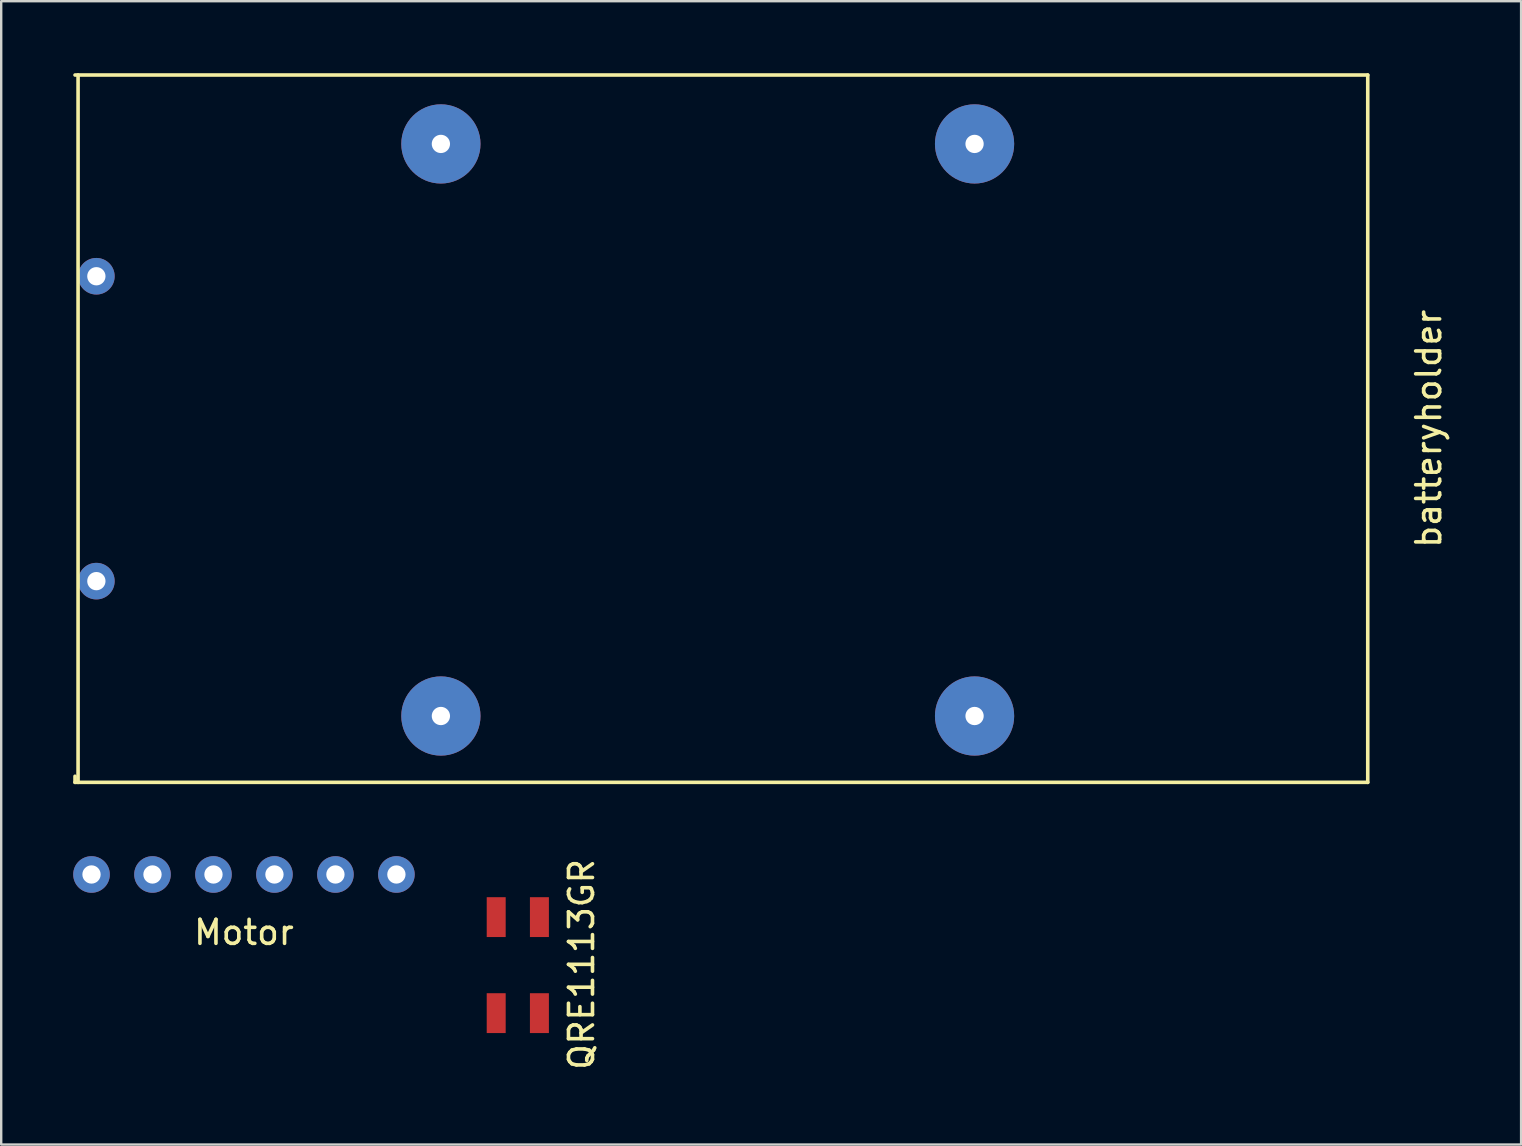
<source format=kicad_pcb>
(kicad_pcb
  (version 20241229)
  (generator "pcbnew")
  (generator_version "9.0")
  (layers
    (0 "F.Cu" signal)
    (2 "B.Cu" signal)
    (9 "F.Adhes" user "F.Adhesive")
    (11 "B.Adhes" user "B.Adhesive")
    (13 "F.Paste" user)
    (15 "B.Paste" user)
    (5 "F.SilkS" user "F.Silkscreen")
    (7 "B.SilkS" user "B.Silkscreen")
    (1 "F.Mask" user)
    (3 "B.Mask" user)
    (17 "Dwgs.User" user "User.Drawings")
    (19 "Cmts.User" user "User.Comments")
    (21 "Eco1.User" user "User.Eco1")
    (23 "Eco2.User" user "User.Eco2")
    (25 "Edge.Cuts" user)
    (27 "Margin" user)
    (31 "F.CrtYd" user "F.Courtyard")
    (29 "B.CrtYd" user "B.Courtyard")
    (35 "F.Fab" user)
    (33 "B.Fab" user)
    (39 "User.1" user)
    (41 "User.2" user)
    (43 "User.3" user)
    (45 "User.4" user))
  (footprint "batteryholder"
    (layer "F.Cu")
    (at 16.839 14.807)
    (property "Reference" "batteryholder" (at 39.624 0 90) (layer "F.SilkS") (effects (font (size 1 1) (thickness 0.15))))
    (attr through_hole)
    (fp_line (start -16.764 -14.732) (end 37.084 -14.732) (stroke (width 0.15) (type solid)) (layer "F.SilkS"))
    (fp_line (start -16.764 14.732) (end -16.764 14.478) (stroke (width 0.15) (type solid)) (layer "F.SilkS"))
    (fp_line (start -16.764 14.732) (end 37.084 14.732) (stroke (width 0.15) (type solid)) (layer "F.SilkS"))
    (fp_line (start -16.637 -14.732) (end -16.637 14.732) (stroke (width 0.15) (type solid)) (layer "F.SilkS"))
    (fp_line (start 37.084 -14.732) (end 37.084 14.732) (stroke (width 0.15) (type solid)) (layer "F.SilkS"))
    (pad "" np_thru_hole circle (at -1.524 -11.862 90) (size 3.3 3.3) (drill 0.762) (layers "*.Cu" "*.Mask"))
    (pad "" np_thru_hole circle (at -1.524 11.968 90) (size 3.3 3.3) (drill 0.762) (layers "*.Cu" "*.Mask"))
    (pad "" np_thru_hole circle (at 20.706 -11.862 90) (size 3.3 3.3) (drill 0.762) (layers "*.Cu" "*.Mask"))
    (pad "" np_thru_hole circle (at 20.706 11.968 90) (size 3.3 3.3) (drill 0.762) (layers "*.Cu" "*.Mask"))
    (pad "1" thru_hole circle (at -15.875 6.35 90) (size 1.524 1.524) (drill 0.762) (layers "*.Cu" "*.Mask"))
    (pad "2" thru_hole circle (at -15.875 -6.35 90) (size 1.524 1.524) (drill 0.762) (layers "*.Cu" "*.Mask")))
  (footprint "QRE1113GR"
    (layer "F.Cu")
    (at 18.381 37.374)
    (property "Reference" "QRE1113GR" (at 2.794 -0.254 90) (layer "F.SilkS") (effects (font (size 1 1) (thickness 0.15))))
    (attr through_hole)
    (pad "1" smd rect (at 1.038 1.778 90) (size 1.66 0.79) (layers "F.Cu" "F.Mask" "F.Paste"))
    (pad "2" smd rect (at 1.038 -2.222 90) (size 1.66 0.79) (layers "F.Cu" "F.Mask" "F.Paste"))
    (pad "3" smd rect (at -0.762 -2.222 90) (size 1.66 0.79) (layers "F.Cu" "F.Mask" "F.Paste"))
    (pad "4" smd rect (at -0.762 1.778 90) (size 1.66 0.79) (layers "F.Cu" "F.Mask" "F.Paste")))
  (footprint "Motor"
    (layer "F.Cu")
    (at 7.112 33.376)
    (property "Reference" "Motor" (at 0 2.413 0) (layer "F.SilkS") (effects (font (size 1 1) (thickness 0.15))))
    (attr through_hole)
    (pad "1" thru_hole circle (at -6.35 0) (size 1.524 1.524) (drill 0.762) (layers "*.Cu" "*.Mask"))
    (pad "2" thru_hole circle (at -3.81 0) (size 1.524 1.524) (drill 0.762) (layers "*.Cu" "*.Mask"))
    (pad "3" thru_hole circle (at -1.27 0) (size 1.524 1.524) (drill 0.762) (layers "*.Cu" "*.Mask"))
    (pad "4" thru_hole circle (at 1.27 0) (size 1.524 1.524) (drill 0.762) (layers "*.Cu" "*.Mask"))
    (pad "5" thru_hole circle (at 3.81 0) (size 1.524 1.524) (drill 0.762) (layers "*.Cu" "*.Mask"))
    (pad "6" thru_hole circle (at 6.35 0) (size 1.524 1.524) (drill 0.762) (layers "*.Cu" "*.Mask")))
  (gr_rect
    (start -3 -3)
    (end 60.311 44.626)
    (stroke (width 0.1) (type default))
    (fill no)
    (layer "Edge.Cuts")))
</source>
